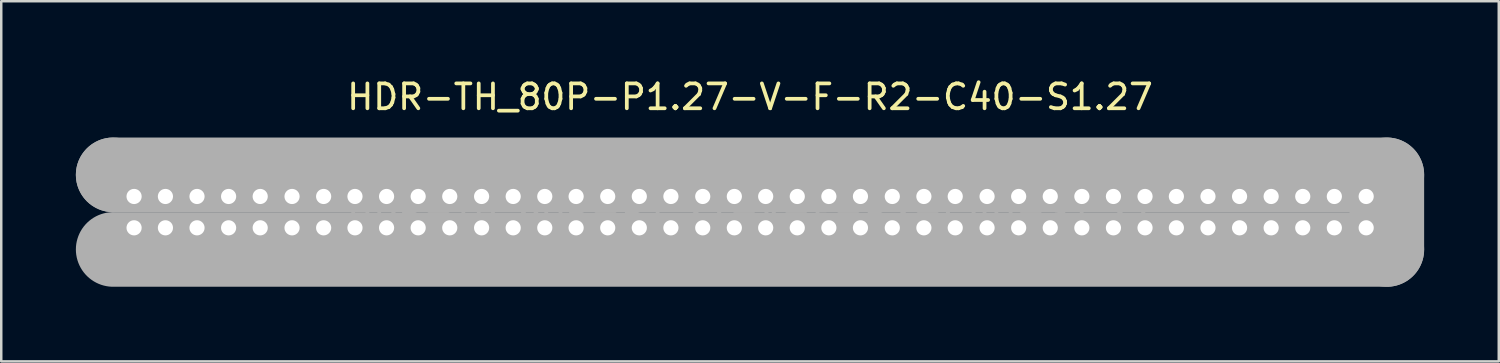
<source format=kicad_pcb>
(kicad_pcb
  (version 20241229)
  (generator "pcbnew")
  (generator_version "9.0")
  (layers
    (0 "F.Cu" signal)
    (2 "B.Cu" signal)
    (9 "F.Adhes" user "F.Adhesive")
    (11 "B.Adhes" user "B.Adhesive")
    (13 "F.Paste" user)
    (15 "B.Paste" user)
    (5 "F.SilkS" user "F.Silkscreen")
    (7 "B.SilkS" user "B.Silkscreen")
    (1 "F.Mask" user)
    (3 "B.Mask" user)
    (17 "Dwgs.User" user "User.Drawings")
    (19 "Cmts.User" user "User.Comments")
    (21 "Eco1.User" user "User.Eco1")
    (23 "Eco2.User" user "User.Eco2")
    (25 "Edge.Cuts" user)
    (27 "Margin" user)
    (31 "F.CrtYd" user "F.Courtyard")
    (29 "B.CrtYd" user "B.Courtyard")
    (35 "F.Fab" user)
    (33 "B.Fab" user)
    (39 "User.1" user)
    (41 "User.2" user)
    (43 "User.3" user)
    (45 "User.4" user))
  (footprint "HDR-TH_80P-P1.27-V-F-R2-C40-S1.27"
    (layer "F.Cu")
    (at 27.1 5.478)
    (property "Reference" "HDR-TH_80P-P1.27-V-F-R2-C40-S1.27" (at 0 -4.63 0) (layer "F.SilkS") (effects (font (size 1 1) (thickness 0.15))))
    (attr through_hole)
    (fp_line (start -25.6 -1.5) (end -25.6 -1.5) (stroke (width 3) (type solid)) (layer "F.Fab"))
    (fp_line (start -25.6 -1.5) (end 25.6 -1.5) (stroke (width 3) (type solid)) (layer "F.Fab"))
    (fp_line (start 25.6 -1.5) (end 25.6 1.5) (stroke (width 3) (type solid)) (layer "F.Fab"))
    (fp_line (start 25.6 1.5) (end -25.6 1.5) (stroke (width 3) (type solid)) (layer "F.Fab"))
    (fp_circle (center -25.6 1.5) (end -25.57 1.5) (stroke (width 0.06) (type solid)) (fill no) (layer "F.Fab"))
    (fp_text user "${REFERENCE}" (at 0 0 0) (layer "F.Fab") (effects (font (size 1 1) (thickness 0.15))))
    (pad "1" thru_hole circle (at -24.76 0.63 90) (size 1 1) (drill 0.61) (layers "*.Cu" "*.Paste" "*.Mask"))
    (pad "2" thru_hole circle (at -24.76 -0.63 90) (size 1 1) (drill 0.61) (layers "*.Cu" "*.Paste" "*.Mask"))
    (pad "3" thru_hole circle (at -23.5 0.63 90) (size 1 1) (drill 0.61) (layers "*.Cu" "*.Paste" "*.Mask"))
    (pad "4" thru_hole circle (at -23.5 -0.63 90) (size 1 1) (drill 0.61) (layers "*.Cu" "*.Paste" "*.Mask"))
    (pad "5" thru_hole circle (at -22.23 0.63 90) (size 1 1) (drill 0.61) (layers "*.Cu" "*.Paste" "*.Mask"))
    (pad "6" thru_hole circle (at -22.23 -0.63 90) (size 1 1) (drill 0.61) (layers "*.Cu" "*.Paste" "*.Mask"))
    (pad "7" thru_hole circle (at -20.96 0.63 90) (size 1 1) (drill 0.61) (layers "*.Cu" "*.Paste" "*.Mask"))
    (pad "8" thru_hole circle (at -20.96 -0.63 90) (size 1 1) (drill 0.61) (layers "*.Cu" "*.Paste" "*.Mask"))
    (pad "9" thru_hole circle (at -19.69 0.63 90) (size 1 1) (drill 0.61) (layers "*.Cu" "*.Paste" "*.Mask"))
    (pad "10" thru_hole circle (at -19.69 -0.63 90) (size 1 1) (drill 0.61) (layers "*.Cu" "*.Paste" "*.Mask"))
    (pad "11" thru_hole circle (at -18.41 0.63 90) (size 1 1) (drill 0.61) (layers "*.Cu" "*.Paste" "*.Mask"))
    (pad "12" thru_hole circle (at -18.41 -0.63 90) (size 1 1) (drill 0.61) (layers "*.Cu" "*.Paste" "*.Mask"))
    (pad "13" thru_hole circle (at -17.14 0.63 90) (size 1 1) (drill 0.61) (layers "*.Cu" "*.Paste" "*.Mask"))
    (pad "14" thru_hole circle (at -17.14 -0.63 90) (size 1 1) (drill 0.61) (layers "*.Cu" "*.Paste" "*.Mask"))
    (pad "15" thru_hole circle (at -15.88 0.63 90) (size 1 1) (drill 0.61) (layers "*.Cu" "*.Paste" "*.Mask"))
    (pad "16" thru_hole circle (at -15.88 -0.63 90) (size 1 1) (drill 0.61) (layers "*.Cu" "*.Paste" "*.Mask"))
    (pad "17" thru_hole circle (at -14.61 0.63 90) (size 1 1) (drill 0.61) (layers "*.Cu" "*.Paste" "*.Mask"))
    (pad "18" thru_hole circle (at -14.61 -0.63 90) (size 1 1) (drill 0.61) (layers "*.Cu" "*.Paste" "*.Mask"))
    (pad "19" thru_hole circle (at -13.34 0.63 90) (size 1 1) (drill 0.61) (layers "*.Cu" "*.Paste" "*.Mask"))
    (pad "20" thru_hole circle (at -13.34 -0.63 90) (size 1 1) (drill 0.61) (layers "*.Cu" "*.Paste" "*.Mask"))
    (pad "21" thru_hole circle (at -12.07 0.63 90) (size 1 1) (drill 0.61) (layers "*.Cu" "*.Paste" "*.Mask"))
    (pad "22" thru_hole circle (at -12.07 -0.63 90) (size 1 1) (drill 0.61) (layers "*.Cu" "*.Paste" "*.Mask"))
    (pad "23" thru_hole circle (at -10.79 0.63 90) (size 1 1) (drill 0.61) (layers "*.Cu" "*.Paste" "*.Mask"))
    (pad "24" thru_hole circle (at -10.79 -0.63 90) (size 1 1) (drill 0.61) (layers "*.Cu" "*.Paste" "*.Mask"))
    (pad "25" thru_hole circle (at -9.52 0.63 90) (size 1 1) (drill 0.61) (layers "*.Cu" "*.Paste" "*.Mask"))
    (pad "26" thru_hole circle (at -9.52 -0.63 90) (size 1 1) (drill 0.61) (layers "*.Cu" "*.Paste" "*.Mask"))
    (pad "27" thru_hole circle (at -8.25 0.63 90) (size 1 1) (drill 0.61) (layers "*.Cu" "*.Paste" "*.Mask"))
    (pad "28" thru_hole circle (at -8.25 -0.63 90) (size 1 1) (drill 0.61) (layers "*.Cu" "*.Paste" "*.Mask"))
    (pad "29" thru_hole circle (at -6.99 0.63 90) (size 1 1) (drill 0.61) (layers "*.Cu" "*.Paste" "*.Mask"))
    (pad "30" thru_hole circle (at -6.99 -0.63 90) (size 1 1) (drill 0.61) (layers "*.Cu" "*.Paste" "*.Mask"))
    (pad "31" thru_hole circle (at -5.72 0.63 90) (size 1 1) (drill 0.61) (layers "*.Cu" "*.Paste" "*.Mask"))
    (pad "32" thru_hole circle (at -5.72 -0.63 90) (size 1 1) (drill 0.61) (layers "*.Cu" "*.Paste" "*.Mask"))
    (pad "33" thru_hole circle (at -4.45 0.63 90) (size 1 1) (drill 0.61) (layers "*.Cu" "*.Paste" "*.Mask"))
    (pad "34" thru_hole circle (at -4.45 -0.63 90) (size 1 1) (drill 0.61) (layers "*.Cu" "*.Paste" "*.Mask"))
    (pad "35" thru_hole circle (at -3.18 0.63 90) (size 1 1) (drill 0.61) (layers "*.Cu" "*.Paste" "*.Mask"))
    (pad "36" thru_hole circle (at -3.18 -0.63 90) (size 1 1) (drill 0.61) (layers "*.Cu" "*.Paste" "*.Mask"))
    (pad "37" thru_hole circle (at -1.9 0.63 90) (size 1 1) (drill 0.61) (layers "*.Cu" "*.Paste" "*.Mask"))
    (pad "38" thru_hole circle (at -1.9 -0.63 90) (size 1 1) (drill 0.61) (layers "*.Cu" "*.Paste" "*.Mask"))
    (pad "39" thru_hole circle (at -0.63 0.63 90) (size 1 1) (drill 0.61) (layers "*.Cu" "*.Paste" "*.Mask"))
    (pad "40" thru_hole circle (at -0.63 -0.63 90) (size 1 1) (drill 0.61) (layers "*.Cu" "*.Paste" "*.Mask"))
    (pad "41" thru_hole circle (at 0.63 0.63 90) (size 1 1) (drill 0.61) (layers "*.Cu" "*.Paste" "*.Mask"))
    (pad "42" thru_hole circle (at 0.63 -0.63 90) (size 1 1) (drill 0.61) (layers "*.Cu" "*.Paste" "*.Mask"))
    (pad "43" thru_hole circle (at 1.9 0.63 90) (size 1 1) (drill 0.61) (layers "*.Cu" "*.Paste" "*.Mask"))
    (pad "44" thru_hole circle (at 1.9 -0.63 90) (size 1 1) (drill 0.61) (layers "*.Cu" "*.Paste" "*.Mask"))
    (pad "45" thru_hole circle (at 3.17 0.63 90) (size 1 1) (drill 0.61) (layers "*.Cu" "*.Paste" "*.Mask"))
    (pad "46" thru_hole circle (at 3.17 -0.63 90) (size 1 1) (drill 0.61) (layers "*.Cu" "*.Paste" "*.Mask"))
    (pad "47" thru_hole circle (at 4.44 0.63 90) (size 1 1) (drill 0.61) (layers "*.Cu" "*.Paste" "*.Mask"))
    (pad "48" thru_hole circle (at 4.44 -0.63 90) (size 1 1) (drill 0.61) (layers "*.Cu" "*.Paste" "*.Mask"))
    (pad "49" thru_hole circle (at 5.72 0.63 90) (size 1 1) (drill 0.61) (layers "*.Cu" "*.Paste" "*.Mask"))
    (pad "50" thru_hole circle (at 5.72 -0.63 90) (size 1 1) (drill 0.61) (layers "*.Cu" "*.Paste" "*.Mask"))
    (pad "51" thru_hole circle (at 6.99 0.63 90) (size 1 1) (drill 0.61) (layers "*.Cu" "*.Paste" "*.Mask"))
    (pad "52" thru_hole circle (at 6.99 -0.63 90) (size 1 1) (drill 0.61) (layers "*.Cu" "*.Paste" "*.Mask"))
    (pad "53" thru_hole circle (at 8.25 0.63 90) (size 1 1) (drill 0.61) (layers "*.Cu" "*.Paste" "*.Mask"))
    (pad "54" thru_hole circle (at 8.25 -0.63 90) (size 1 1) (drill 0.61) (layers "*.Cu" "*.Paste" "*.Mask"))
    (pad "55" thru_hole circle (at 9.53 0.63 90) (size 1 1) (drill 0.61) (layers "*.Cu" "*.Paste" "*.Mask"))
    (pad "56" thru_hole circle (at 9.53 -0.63 90) (size 1 1) (drill 0.61) (layers "*.Cu" "*.Paste" "*.Mask"))
    (pad "57" thru_hole circle (at 10.8 0.63 90) (size 1 1) (drill 0.61) (layers "*.Cu" "*.Paste" "*.Mask"))
    (pad "58" thru_hole circle (at 10.8 -0.63 90) (size 1 1) (drill 0.61) (layers "*.Cu" "*.Paste" "*.Mask"))
    (pad "59" thru_hole circle (at 12.07 0.63 90) (size 1 1) (drill 0.61) (layers "*.Cu" "*.Paste" "*.Mask"))
    (pad "60" thru_hole circle (at 12.07 -0.63 90) (size 1 1) (drill 0.61) (layers "*.Cu" "*.Paste" "*.Mask"))
    (pad "61" thru_hole circle (at 13.34 0.63 90) (size 1 1) (drill 0.61) (layers "*.Cu" "*.Paste" "*.Mask"))
    (pad "62" thru_hole circle (at 13.34 -0.63 90) (size 1 1) (drill 0.61) (layers "*.Cu" "*.Paste" "*.Mask"))
    (pad "63" thru_hole circle (at 14.61 0.63 90) (size 1 1) (drill 0.61) (layers "*.Cu" "*.Paste" "*.Mask"))
    (pad "64" thru_hole circle (at 14.61 -0.63 90) (size 1 1) (drill 0.61) (layers "*.Cu" "*.Paste" "*.Mask"))
    (pad "65" thru_hole circle (at 15.88 0.63 90) (size 1 1) (drill 0.61) (layers "*.Cu" "*.Paste" "*.Mask"))
    (pad "66" thru_hole circle (at 15.88 -0.63 90) (size 1 1) (drill 0.61) (layers "*.Cu" "*.Paste" "*.Mask"))
    (pad "67" thru_hole circle (at 17.14 0.63 90) (size 1 1) (drill 0.61) (layers "*.Cu" "*.Paste" "*.Mask"))
    (pad "68" thru_hole circle (at 17.14 -0.63 90) (size 1 1) (drill 0.61) (layers "*.Cu" "*.Paste" "*.Mask"))
    (pad "69" thru_hole circle (at 18.41 0.63 90) (size 1 1) (drill 0.61) (layers "*.Cu" "*.Paste" "*.Mask"))
    (pad "70" thru_hole circle (at 18.41 -0.63 90) (size 1 1) (drill 0.61) (layers "*.Cu" "*.Paste" "*.Mask"))
    (pad "71" thru_hole circle (at 19.68 0.63 90) (size 1 1) (drill 0.61) (layers "*.Cu" "*.Paste" "*.Mask"))
    (pad "72" thru_hole circle (at 19.68 -0.63 90) (size 1 1) (drill 0.61) (layers "*.Cu" "*.Paste" "*.Mask"))
    (pad "73" thru_hole circle (at 20.95 0.63 90) (size 1 1) (drill 0.61) (layers "*.Cu" "*.Paste" "*.Mask"))
    (pad "74" thru_hole circle (at 20.95 -0.63 90) (size 1 1) (drill 0.61) (layers "*.Cu" "*.Paste" "*.Mask"))
    (pad "75" thru_hole circle (at 22.22 0.63 90) (size 1 1) (drill 0.61) (layers "*.Cu" "*.Paste" "*.Mask"))
    (pad "76" thru_hole circle (at 22.22 -0.63 90) (size 1 1) (drill 0.61) (layers "*.Cu" "*.Paste" "*.Mask"))
    (pad "77" thru_hole circle (at 23.49 0.63 90) (size 1 1) (drill 0.61) (layers "*.Cu" "*.Paste" "*.Mask"))
    (pad "78" thru_hole circle (at 23.49 -0.63 90) (size 1 1) (drill 0.61) (layers "*.Cu" "*.Paste" "*.Mask"))
    (pad "79" thru_hole circle (at 24.77 0.63 90) (size 1 1) (drill 0.61) (layers "*.Cu" "*.Paste" "*.Mask"))
    (pad "80" thru_hole circle (at 24.77 -0.63 90) (size 1 1) (drill 0.61) (layers "*.Cu" "*.Paste" "*.Mask")))
  (gr_rect
    (start -3 -3)
    (end 57.2 11.478)
    (stroke (width 0.1) (type default))
    (fill no)
    (layer "Edge.Cuts")))
</source>
